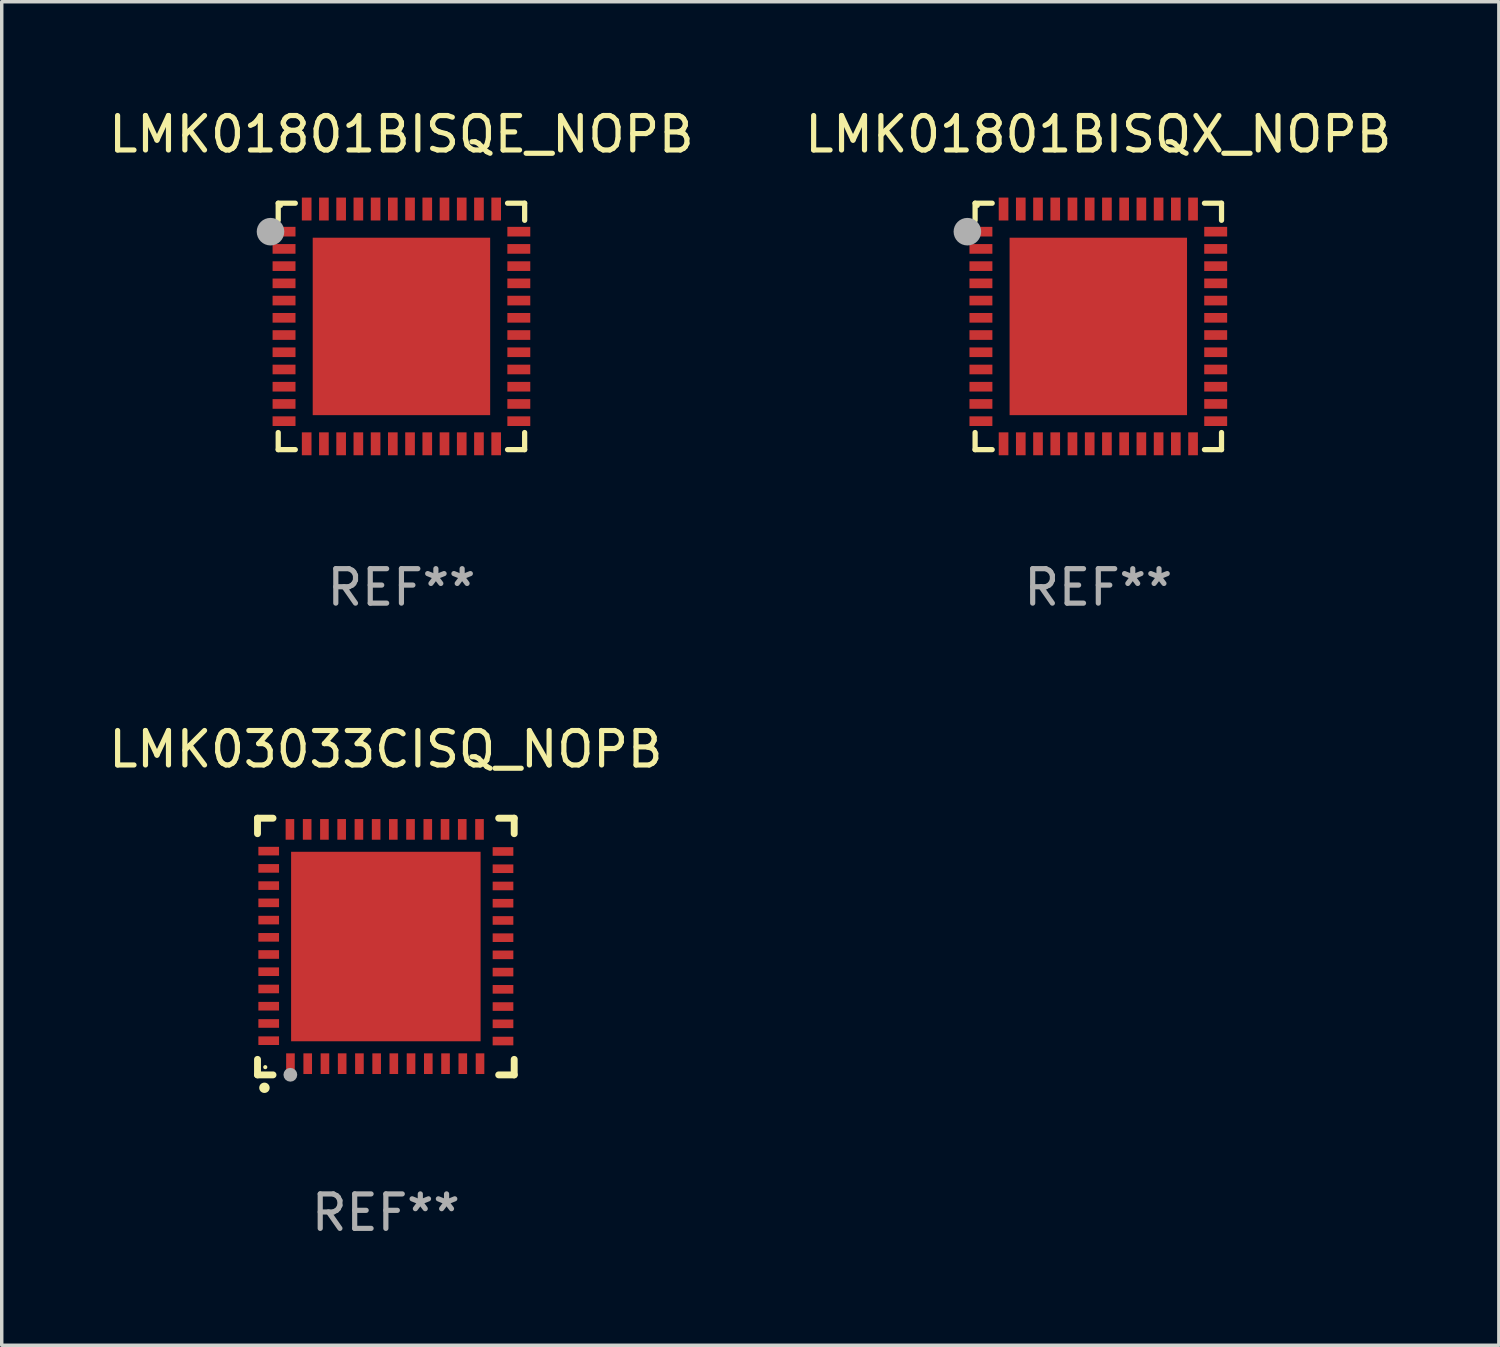
<source format=kicad_pcb>
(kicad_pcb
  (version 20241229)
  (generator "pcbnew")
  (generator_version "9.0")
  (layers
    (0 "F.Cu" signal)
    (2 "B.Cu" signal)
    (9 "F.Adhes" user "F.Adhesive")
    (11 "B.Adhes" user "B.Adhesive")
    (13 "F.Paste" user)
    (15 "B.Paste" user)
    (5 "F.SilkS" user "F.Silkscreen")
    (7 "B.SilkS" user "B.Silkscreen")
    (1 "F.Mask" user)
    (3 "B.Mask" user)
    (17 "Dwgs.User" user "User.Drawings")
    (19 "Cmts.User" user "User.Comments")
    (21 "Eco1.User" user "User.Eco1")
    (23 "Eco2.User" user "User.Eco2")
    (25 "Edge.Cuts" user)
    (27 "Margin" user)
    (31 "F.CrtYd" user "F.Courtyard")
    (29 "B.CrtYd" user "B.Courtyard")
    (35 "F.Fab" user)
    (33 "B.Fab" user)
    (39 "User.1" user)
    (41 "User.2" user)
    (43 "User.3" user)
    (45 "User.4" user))
  (footprint "LMK03033CISQ_NOPB"
    (layer "F.Cu")
    (at 8.149 24.422)
    (property "Reference" "LMK03033CISQ_NOPB" (at 0 -5.725 0) (layer "F.SilkS") (effects (font (size 1 1) (thickness 0.15))))
    (attr through_hole)
    (fp_line (start -3.725 -3.725) (end -3.275 -3.725) (stroke (width 0.2) (type solid)) (layer "F.SilkS"))
    (fp_line (start -3.725 -3.275) (end -3.725 -3.725) (stroke (width 0.2) (type solid)) (layer "F.SilkS"))
    (fp_line (start -3.725 3.725) (end -3.725 3.275) (stroke (width 0.2) (type solid)) (layer "F.SilkS"))
    (fp_line (start -3.275 3.725) (end -3.725 3.725) (stroke (width 0.2) (type solid)) (layer "F.SilkS"))
    (fp_line (start 3.275 3.725) (end 3.725 3.725) (stroke (width 0.2) (type solid)) (layer "F.SilkS"))
    (fp_line (start 3.725 -3.725) (end 3.275 -3.725) (stroke (width 0.2) (type solid)) (layer "F.SilkS"))
    (fp_line (start 3.725 -3.275) (end 3.725 -3.725) (stroke (width 0.2) (type solid)) (layer "F.SilkS"))
    (fp_line (start 3.725 3.725) (end 3.725 3.275) (stroke (width 0.2) (type solid)) (layer "F.SilkS"))
    (fp_arc (start -3.525527 4.099568) (mid -3.524257 4.099563) (end -3.522987 4.099568) (stroke (width 0.3) (type solid)) (layer "F.SilkS"))
    (fp_circle (center -3.5 3.501) (end -3.47 3.501) (stroke (width 0.06) (type solid)) (fill no) (layer "F.SilkS"))
    (fp_circle (center -2.772 3.722) (end -2.672 3.722) (stroke (width 0.2) (type solid)) (fill no) (layer "F.Fab"))
    (fp_text user "REF**" (at 0 7.725 0) (layer "F.Fab") (effects (font (size 1 1) (thickness 0.15))))
    (pad "1" smd rect (at -2.769 3.4 180) (size 0.25 0.6) (layers "F.Cu" "F.Mask" "F.Paste"))
    (pad "2" smd rect (at -2.268 3.4 180) (size 0.25 0.6) (layers "F.Cu" "F.Mask" "F.Paste"))
    (pad "3" smd rect (at -1.768 3.4 180) (size 0.25 0.6) (layers "F.Cu" "F.Mask" "F.Paste"))
    (pad "4" smd rect (at -1.268 3.4 180) (size 0.25 0.6) (layers "F.Cu" "F.Mask" "F.Paste"))
    (pad "5" smd rect (at -0.767 3.4 180) (size 0.25 0.6) (layers "F.Cu" "F.Mask" "F.Paste"))
    (pad "6" smd rect (at -0.267 3.4 180) (size 0.25 0.6) (layers "F.Cu" "F.Mask" "F.Paste"))
    (pad "7" smd rect (at 0.231 3.4 180) (size 0.25 0.6) (layers "F.Cu" "F.Mask" "F.Paste"))
    (pad "8" smd rect (at 0.731 3.4 180) (size 0.25 0.6) (layers "F.Cu" "F.Mask" "F.Paste"))
    (pad "9" smd rect (at 1.232 3.4 180) (size 0.25 0.6) (layers "F.Cu" "F.Mask" "F.Paste"))
    (pad "10" smd rect (at 1.732 3.4 180) (size 0.25 0.6) (layers "F.Cu" "F.Mask" "F.Paste"))
    (pad "11" smd rect (at 2.233 3.4 180) (size 0.25 0.6) (layers "F.Cu" "F.Mask" "F.Paste"))
    (pad "12" smd rect (at 2.733 3.4 180) (size 0.25 0.6) (layers "F.Cu" "F.Mask" "F.Paste"))
    (pad "13" smd rect (at 3.4 2.743 90) (size 0.25 0.6) (layers "F.Cu" "F.Mask" "F.Paste"))
    (pad "14" smd rect (at 3.4 2.243 90) (size 0.25 0.6) (layers "F.Cu" "F.Mask" "F.Paste"))
    (pad "15" smd rect (at 3.4 1.742 90) (size 0.25 0.6) (layers "F.Cu" "F.Mask" "F.Paste"))
    (pad "16" smd rect (at 3.4 1.242 90) (size 0.25 0.6) (layers "F.Cu" "F.Mask" "F.Paste"))
    (pad "17" smd rect (at 3.4 0.742 90) (size 0.25 0.6) (layers "F.Cu" "F.Mask" "F.Paste"))
    (pad "18" smd rect (at 3.4 0.241 90) (size 0.25 0.6) (layers "F.Cu" "F.Mask" "F.Paste"))
    (pad "19" smd rect (at 3.4 -0.257 90) (size 0.25 0.6) (layers "F.Cu" "F.Mask" "F.Paste"))
    (pad "20" smd rect (at 3.4 -0.757 90) (size 0.25 0.6) (layers "F.Cu" "F.Mask" "F.Paste"))
    (pad "21" smd rect (at 3.4 -1.257 90) (size 0.25 0.6) (layers "F.Cu" "F.Mask" "F.Paste"))
    (pad "22" smd rect (at 3.4 -1.758 90) (size 0.25 0.6) (layers "F.Cu" "F.Mask" "F.Paste"))
    (pad "23" smd rect (at 3.4 -2.258 90) (size 0.25 0.6) (layers "F.Cu" "F.Mask" "F.Paste"))
    (pad "24" smd rect (at 3.4 -2.759 90) (size 0.25 0.6) (layers "F.Cu" "F.Mask" "F.Paste"))
    (pad "25" smd rect (at 2.718 -3.4 180) (size 0.25 0.6) (layers "F.Cu" "F.Mask" "F.Paste"))
    (pad "26" smd rect (at 2.217 -3.4 180) (size 0.25 0.6) (layers "F.Cu" "F.Mask" "F.Paste"))
    (pad "27" smd rect (at 1.717 -3.4 180) (size 0.25 0.6) (layers "F.Cu" "F.Mask" "F.Paste"))
    (pad "28" smd rect (at 1.217 -3.4 180) (size 0.25 0.6) (layers "F.Cu" "F.Mask" "F.Paste"))
    (pad "29" smd rect (at 0.716 -3.4 180) (size 0.25 0.6) (layers "F.Cu" "F.Mask" "F.Paste"))
    (pad "30" smd rect (at 0.216 -3.4 180) (size 0.25 0.6) (layers "F.Cu" "F.Mask" "F.Paste"))
    (pad "31" smd rect (at -0.282 -3.4 180) (size 0.25 0.6) (layers "F.Cu" "F.Mask" "F.Paste"))
    (pad "32" smd rect (at -0.782 -3.4 180) (size 0.25 0.6) (layers "F.Cu" "F.Mask" "F.Paste"))
    (pad "33" smd rect (at -1.283 -3.4 180) (size 0.25 0.6) (layers "F.Cu" "F.Mask" "F.Paste"))
    (pad "34" smd rect (at -1.783 -3.4 180) (size 0.25 0.6) (layers "F.Cu" "F.Mask" "F.Paste"))
    (pad "35" smd rect (at -2.284 -3.4 180) (size 0.25 0.6) (layers "F.Cu" "F.Mask" "F.Paste"))
    (pad "36" smd rect (at -2.784 -3.4 180) (size 0.25 0.6) (layers "F.Cu" "F.Mask" "F.Paste"))
    (pad "37" smd rect (at -3.4 -2.769 90) (size 0.25 0.6) (layers "F.Cu" "F.Mask" "F.Paste"))
    (pad "38" smd rect (at -3.4 -2.268 90) (size 0.25 0.6) (layers "F.Cu" "F.Mask" "F.Paste"))
    (pad "39" smd rect (at -3.4 -1.768 90) (size 0.25 0.6) (layers "F.Cu" "F.Mask" "F.Paste"))
    (pad "40" smd rect (at -3.4 -1.268 90) (size 0.25 0.6) (layers "F.Cu" "F.Mask" "F.Paste"))
    (pad "41" smd rect (at -3.4 -0.767 90) (size 0.25 0.6) (layers "F.Cu" "F.Mask" "F.Paste"))
    (pad "42" smd rect (at -3.4 -0.267 90) (size 0.25 0.6) (layers "F.Cu" "F.Mask" "F.Paste"))
    (pad "43" smd rect (at -3.4 0.231 90) (size 0.25 0.6) (layers "F.Cu" "F.Mask" "F.Paste"))
    (pad "44" smd rect (at -3.4 0.731 90) (size 0.25 0.6) (layers "F.Cu" "F.Mask" "F.Paste"))
    (pad "45" smd rect (at -3.4 1.232 90) (size 0.25 0.6) (layers "F.Cu" "F.Mask" "F.Paste"))
    (pad "46" smd rect (at -3.4 1.732 90) (size 0.25 0.6) (layers "F.Cu" "F.Mask" "F.Paste"))
    (pad "47" smd rect (at -3.4 2.233 90) (size 0.25 0.6) (layers "F.Cu" "F.Mask" "F.Paste"))
    (pad "48" smd rect (at -3.4 2.733 90) (size 0.25 0.6) (layers "F.Cu" "F.Mask" "F.Paste"))
    (pad "49" smd rect (at -0.000076 -0.000076 90) (size 5.5 5.5) (layers "F.Cu" "F.Mask" "F.Paste")))
  (footprint "LMK01801BISQX_NOPB"
    (layer "F.Cu")
    (at 28.827 6.424)
    (property "Reference" "LMK01801BISQX_NOPB" (at 0 -5.576 0) (layer "F.SilkS") (effects (font (size 1 1) (thickness 0.15))))
    (attr through_hole)
    (fp_line (start -3.576 -3.576) (end -3.576 -3.08) (stroke (width 0.152) (type solid)) (layer "F.SilkS"))
    (fp_line (start -3.576 3.576) (end -3.576 3.08) (stroke (width 0.152) (type solid)) (layer "F.SilkS"))
    (fp_line (start -3.08 -3.576) (end -3.576 -3.576) (stroke (width 0.152) (type solid)) (layer "F.SilkS"))
    (fp_line (start -3.08 3.576) (end -3.576 3.576) (stroke (width 0.152) (type solid)) (layer "F.SilkS"))
    (fp_line (start 3.08 -3.576) (end 3.576 -3.576) (stroke (width 0.152) (type solid)) (layer "F.SilkS"))
    (fp_line (start 3.08 3.576) (end 3.576 3.576) (stroke (width 0.152) (type solid)) (layer "F.SilkS"))
    (fp_line (start 3.576 -3.576) (end 3.576 -3.08) (stroke (width 0.152) (type solid)) (layer "F.SilkS"))
    (fp_line (start 3.576 3.576) (end 3.576 3.08) (stroke (width 0.152) (type solid)) (layer "F.SilkS"))
    (fp_circle (center -4.04 -2.75) (end -3.965 -2.75) (stroke (width 0.15) (type solid)) (fill no) (layer "F.SilkS"))
    (fp_circle (center -3.5 -3.5) (end -3.47 -3.5) (stroke (width 0.06) (type solid)) (fill no) (layer "F.SilkS"))
    (fp_circle (center -3.8 -2.75) (end -3.6 -2.75) (stroke (width 0.4) (type solid)) (fill no) (layer "F.Fab"))
    (fp_text user "REF**" (at 0 7.576 0) (layer "F.Fab") (effects (font (size 1 1) (thickness 0.15))))
    (pad "1" smd rect (at -3.407 -2.75) (size 0.665 0.28) (layers "F.Cu" "F.Mask" "F.Paste"))
    (pad "2" smd rect (at -3.407 -2.25) (size 0.665 0.28) (layers "F.Cu" "F.Mask" "F.Paste"))
    (pad "3" smd rect (at -3.407 -1.75) (size 0.665 0.28) (layers "F.Cu" "F.Mask" "F.Paste"))
    (pad "4" smd rect (at -3.407 -1.25) (size 0.665 0.28) (layers "F.Cu" "F.Mask" "F.Paste"))
    (pad "5" smd rect (at -3.407 -0.75) (size 0.665 0.28) (layers "F.Cu" "F.Mask" "F.Paste"))
    (pad "6" smd rect (at -3.407 -0.25) (size 0.665 0.28) (layers "F.Cu" "F.Mask" "F.Paste"))
    (pad "7" smd rect (at -3.407 0.25) (size 0.665 0.28) (layers "F.Cu" "F.Mask" "F.Paste"))
    (pad "8" smd rect (at -3.407 0.75) (size 0.665 0.28) (layers "F.Cu" "F.Mask" "F.Paste"))
    (pad "9" smd rect (at -3.407 1.25) (size 0.665 0.28) (layers "F.Cu" "F.Mask" "F.Paste"))
    (pad "10" smd rect (at -3.407 1.75) (size 0.665 0.28) (layers "F.Cu" "F.Mask" "F.Paste"))
    (pad "11" smd rect (at -3.407 2.25) (size 0.665 0.28) (layers "F.Cu" "F.Mask" "F.Paste"))
    (pad "12" smd rect (at -3.407 2.75) (size 0.665 0.28) (layers "F.Cu" "F.Mask" "F.Paste"))
    (pad "13" smd rect (at -2.75 3.407) (size 0.28 0.665) (layers "F.Cu" "F.Mask" "F.Paste"))
    (pad "14" smd rect (at -2.25 3.407) (size 0.28 0.665) (layers "F.Cu" "F.Mask" "F.Paste"))
    (pad "15" smd rect (at -1.75 3.407) (size 0.28 0.665) (layers "F.Cu" "F.Mask" "F.Paste"))
    (pad "16" smd rect (at -1.25 3.407) (size 0.28 0.665) (layers "F.Cu" "F.Mask" "F.Paste"))
    (pad "17" smd rect (at -0.75 3.407) (size 0.28 0.665) (layers "F.Cu" "F.Mask" "F.Paste"))
    (pad "18" smd rect (at -0.25 3.407) (size 0.28 0.665) (layers "F.Cu" "F.Mask" "F.Paste"))
    (pad "19" smd rect (at 0.25 3.407) (size 0.28 0.665) (layers "F.Cu" "F.Mask" "F.Paste"))
    (pad "20" smd rect (at 0.75 3.407) (size 0.28 0.665) (layers "F.Cu" "F.Mask" "F.Paste"))
    (pad "21" smd rect (at 1.25 3.407) (size 0.28 0.665) (layers "F.Cu" "F.Mask" "F.Paste"))
    (pad "22" smd rect (at 1.75 3.407) (size 0.28 0.665) (layers "F.Cu" "F.Mask" "F.Paste"))
    (pad "23" smd rect (at 2.25 3.407) (size 0.28 0.665) (layers "F.Cu" "F.Mask" "F.Paste"))
    (pad "24" smd rect (at 2.75 3.407) (size 0.28 0.665) (layers "F.Cu" "F.Mask" "F.Paste"))
    (pad "25" smd rect (at 3.407 2.75) (size 0.665 0.28) (layers "F.Cu" "F.Mask" "F.Paste"))
    (pad "26" smd rect (at 3.407 2.25) (size 0.665 0.28) (layers "F.Cu" "F.Mask" "F.Paste"))
    (pad "27" smd rect (at 3.407 1.75) (size 0.665 0.28) (layers "F.Cu" "F.Mask" "F.Paste"))
    (pad "28" smd rect (at 3.407 1.25) (size 0.665 0.28) (layers "F.Cu" "F.Mask" "F.Paste"))
    (pad "29" smd rect (at 3.407 0.75) (size 0.665 0.28) (layers "F.Cu" "F.Mask" "F.Paste"))
    (pad "30" smd rect (at 3.407 0.25) (size 0.665 0.28) (layers "F.Cu" "F.Mask" "F.Paste"))
    (pad "31" smd rect (at 3.407 -0.25) (size 0.665 0.28) (layers "F.Cu" "F.Mask" "F.Paste"))
    (pad "32" smd rect (at 3.407 -0.75) (size 0.665 0.28) (layers "F.Cu" "F.Mask" "F.Paste"))
    (pad "33" smd rect (at 3.407 -1.25) (size 0.665 0.28) (layers "F.Cu" "F.Mask" "F.Paste"))
    (pad "34" smd rect (at 3.407 -1.75) (size 0.665 0.28) (layers "F.Cu" "F.Mask" "F.Paste"))
    (pad "35" smd rect (at 3.407 -2.25) (size 0.665 0.28) (layers "F.Cu" "F.Mask" "F.Paste"))
    (pad "36" smd rect (at 3.407 -2.75) (size 0.665 0.28) (layers "F.Cu" "F.Mask" "F.Paste"))
    (pad "37" smd rect (at 2.75 -3.407) (size 0.28 0.665) (layers "F.Cu" "F.Mask" "F.Paste"))
    (pad "38" smd rect (at 2.25 -3.407) (size 0.28 0.665) (layers "F.Cu" "F.Mask" "F.Paste"))
    (pad "39" smd rect (at 1.75 -3.407) (size 0.28 0.665) (layers "F.Cu" "F.Mask" "F.Paste"))
    (pad "40" smd rect (at 1.25 -3.407) (size 0.28 0.665) (layers "F.Cu" "F.Mask" "F.Paste"))
    (pad "41" smd rect (at 0.75 -3.407) (size 0.28 0.665) (layers "F.Cu" "F.Mask" "F.Paste"))
    (pad "42" smd rect (at 0.25 -3.407) (size 0.28 0.665) (layers "F.Cu" "F.Mask" "F.Paste"))
    (pad "43" smd rect (at -0.25 -3.407) (size 0.28 0.665) (layers "F.Cu" "F.Mask" "F.Paste"))
    (pad "44" smd rect (at -0.75 -3.407) (size 0.28 0.665) (layers "F.Cu" "F.Mask" "F.Paste"))
    (pad "45" smd rect (at -1.25 -3.407) (size 0.28 0.665) (layers "F.Cu" "F.Mask" "F.Paste"))
    (pad "46" smd rect (at -1.75 -3.407) (size 0.28 0.665) (layers "F.Cu" "F.Mask" "F.Paste"))
    (pad "47" smd rect (at -2.25 -3.407) (size 0.28 0.665) (layers "F.Cu" "F.Mask" "F.Paste"))
    (pad "48" smd rect (at -2.75 -3.407) (size 0.28 0.665) (layers "F.Cu" "F.Mask" "F.Paste"))
    (pad "49" smd rect (at 0 0) (size 5.15 5.15) (layers "F.Cu" "F.Mask" "F.Paste")))
  (footprint "LMK01801BISQE_NOPB"
    (layer "F.Cu")
    (at 8.601 6.424)
    (property "Reference" "LMK01801BISQE_NOPB" (at 0 -5.576 0) (layer "F.SilkS") (effects (font (size 1 1) (thickness 0.15))))
    (attr through_hole)
    (fp_line (start -3.576 -3.576) (end -3.576 -3.08) (stroke (width 0.152) (type solid)) (layer "F.SilkS"))
    (fp_line (start -3.576 3.576) (end -3.576 3.08) (stroke (width 0.152) (type solid)) (layer "F.SilkS"))
    (fp_line (start -3.08 -3.576) (end -3.576 -3.576) (stroke (width 0.152) (type solid)) (layer "F.SilkS"))
    (fp_line (start -3.08 3.576) (end -3.576 3.576) (stroke (width 0.152) (type solid)) (layer "F.SilkS"))
    (fp_line (start 3.08 -3.576) (end 3.576 -3.576) (stroke (width 0.152) (type solid)) (layer "F.SilkS"))
    (fp_line (start 3.08 3.576) (end 3.576 3.576) (stroke (width 0.152) (type solid)) (layer "F.SilkS"))
    (fp_line (start 3.576 -3.576) (end 3.576 -3.08) (stroke (width 0.152) (type solid)) (layer "F.SilkS"))
    (fp_line (start 3.576 3.576) (end 3.576 3.08) (stroke (width 0.152) (type solid)) (layer "F.SilkS"))
    (fp_circle (center -4.04 -2.75) (end -3.965 -2.75) (stroke (width 0.15) (type solid)) (fill no) (layer "F.SilkS"))
    (fp_circle (center -3.5 -3.5) (end -3.47 -3.5) (stroke (width 0.06) (type solid)) (fill no) (layer "F.SilkS"))
    (fp_circle (center -3.8 -2.75) (end -3.6 -2.75) (stroke (width 0.4) (type solid)) (fill no) (layer "F.Fab"))
    (fp_text user "REF**" (at 0 7.576 0) (layer "F.Fab") (effects (font (size 1 1) (thickness 0.15))))
    (pad "1" smd rect (at -3.407 -2.75) (size 0.665 0.28) (layers "F.Cu" "F.Mask" "F.Paste"))
    (pad "2" smd rect (at -3.407 -2.25) (size 0.665 0.28) (layers "F.Cu" "F.Mask" "F.Paste"))
    (pad "3" smd rect (at -3.407 -1.75) (size 0.665 0.28) (layers "F.Cu" "F.Mask" "F.Paste"))
    (pad "4" smd rect (at -3.407 -1.25) (size 0.665 0.28) (layers "F.Cu" "F.Mask" "F.Paste"))
    (pad "5" smd rect (at -3.407 -0.75) (size 0.665 0.28) (layers "F.Cu" "F.Mask" "F.Paste"))
    (pad "6" smd rect (at -3.407 -0.25) (size 0.665 0.28) (layers "F.Cu" "F.Mask" "F.Paste"))
    (pad "7" smd rect (at -3.407 0.25) (size 0.665 0.28) (layers "F.Cu" "F.Mask" "F.Paste"))
    (pad "8" smd rect (at -3.407 0.75) (size 0.665 0.28) (layers "F.Cu" "F.Mask" "F.Paste"))
    (pad "9" smd rect (at -3.407 1.25) (size 0.665 0.28) (layers "F.Cu" "F.Mask" "F.Paste"))
    (pad "10" smd rect (at -3.407 1.75) (size 0.665 0.28) (layers "F.Cu" "F.Mask" "F.Paste"))
    (pad "11" smd rect (at -3.407 2.25) (size 0.665 0.28) (layers "F.Cu" "F.Mask" "F.Paste"))
    (pad "12" smd rect (at -3.407 2.75) (size 0.665 0.28) (layers "F.Cu" "F.Mask" "F.Paste"))
    (pad "13" smd rect (at -2.75 3.407) (size 0.28 0.665) (layers "F.Cu" "F.Mask" "F.Paste"))
    (pad "14" smd rect (at -2.25 3.407) (size 0.28 0.665) (layers "F.Cu" "F.Mask" "F.Paste"))
    (pad "15" smd rect (at -1.75 3.407) (size 0.28 0.665) (layers "F.Cu" "F.Mask" "F.Paste"))
    (pad "16" smd rect (at -1.25 3.407) (size 0.28 0.665) (layers "F.Cu" "F.Mask" "F.Paste"))
    (pad "17" smd rect (at -0.75 3.407) (size 0.28 0.665) (layers "F.Cu" "F.Mask" "F.Paste"))
    (pad "18" smd rect (at -0.25 3.407) (size 0.28 0.665) (layers "F.Cu" "F.Mask" "F.Paste"))
    (pad "19" smd rect (at 0.25 3.407) (size 0.28 0.665) (layers "F.Cu" "F.Mask" "F.Paste"))
    (pad "20" smd rect (at 0.75 3.407) (size 0.28 0.665) (layers "F.Cu" "F.Mask" "F.Paste"))
    (pad "21" smd rect (at 1.25 3.407) (size 0.28 0.665) (layers "F.Cu" "F.Mask" "F.Paste"))
    (pad "22" smd rect (at 1.75 3.407) (size 0.28 0.665) (layers "F.Cu" "F.Mask" "F.Paste"))
    (pad "23" smd rect (at 2.25 3.407) (size 0.28 0.665) (layers "F.Cu" "F.Mask" "F.Paste"))
    (pad "24" smd rect (at 2.75 3.407) (size 0.28 0.665) (layers "F.Cu" "F.Mask" "F.Paste"))
    (pad "25" smd rect (at 3.407 2.75) (size 0.665 0.28) (layers "F.Cu" "F.Mask" "F.Paste"))
    (pad "26" smd rect (at 3.407 2.25) (size 0.665 0.28) (layers "F.Cu" "F.Mask" "F.Paste"))
    (pad "27" smd rect (at 3.407 1.75) (size 0.665 0.28) (layers "F.Cu" "F.Mask" "F.Paste"))
    (pad "28" smd rect (at 3.407 1.25) (size 0.665 0.28) (layers "F.Cu" "F.Mask" "F.Paste"))
    (pad "29" smd rect (at 3.407 0.75) (size 0.665 0.28) (layers "F.Cu" "F.Mask" "F.Paste"))
    (pad "30" smd rect (at 3.407 0.25) (size 0.665 0.28) (layers "F.Cu" "F.Mask" "F.Paste"))
    (pad "31" smd rect (at 3.407 -0.25) (size 0.665 0.28) (layers "F.Cu" "F.Mask" "F.Paste"))
    (pad "32" smd rect (at 3.407 -0.75) (size 0.665 0.28) (layers "F.Cu" "F.Mask" "F.Paste"))
    (pad "33" smd rect (at 3.407 -1.25) (size 0.665 0.28) (layers "F.Cu" "F.Mask" "F.Paste"))
    (pad "34" smd rect (at 3.407 -1.75) (size 0.665 0.28) (layers "F.Cu" "F.Mask" "F.Paste"))
    (pad "35" smd rect (at 3.407 -2.25) (size 0.665 0.28) (layers "F.Cu" "F.Mask" "F.Paste"))
    (pad "36" smd rect (at 3.407 -2.75) (size 0.665 0.28) (layers "F.Cu" "F.Mask" "F.Paste"))
    (pad "37" smd rect (at 2.75 -3.407) (size 0.28 0.665) (layers "F.Cu" "F.Mask" "F.Paste"))
    (pad "38" smd rect (at 2.25 -3.407) (size 0.28 0.665) (layers "F.Cu" "F.Mask" "F.Paste"))
    (pad "39" smd rect (at 1.75 -3.407) (size 0.28 0.665) (layers "F.Cu" "F.Mask" "F.Paste"))
    (pad "40" smd rect (at 1.25 -3.407) (size 0.28 0.665) (layers "F.Cu" "F.Mask" "F.Paste"))
    (pad "41" smd rect (at 0.75 -3.407) (size 0.28 0.665) (layers "F.Cu" "F.Mask" "F.Paste"))
    (pad "42" smd rect (at 0.25 -3.407) (size 0.28 0.665) (layers "F.Cu" "F.Mask" "F.Paste"))
    (pad "43" smd rect (at -0.25 -3.407) (size 0.28 0.665) (layers "F.Cu" "F.Mask" "F.Paste"))
    (pad "44" smd rect (at -0.75 -3.407) (size 0.28 0.665) (layers "F.Cu" "F.Mask" "F.Paste"))
    (pad "45" smd rect (at -1.25 -3.407) (size 0.28 0.665) (layers "F.Cu" "F.Mask" "F.Paste"))
    (pad "46" smd rect (at -1.75 -3.407) (size 0.28 0.665) (layers "F.Cu" "F.Mask" "F.Paste"))
    (pad "47" smd rect (at -2.25 -3.407) (size 0.28 0.665) (layers "F.Cu" "F.Mask" "F.Paste"))
    (pad "48" smd rect (at -2.75 -3.407) (size 0.28 0.665) (layers "F.Cu" "F.Mask" "F.Paste"))
    (pad "49" smd rect (at 0 0) (size 5.15 5.15) (layers "F.Cu" "F.Mask" "F.Paste")))
  (gr_rect
    (start -3 -3)
    (end 40.452 35.995)
    (stroke (width 0.1) (type default))
    (fill no)
    (layer "Edge.Cuts")))
</source>
